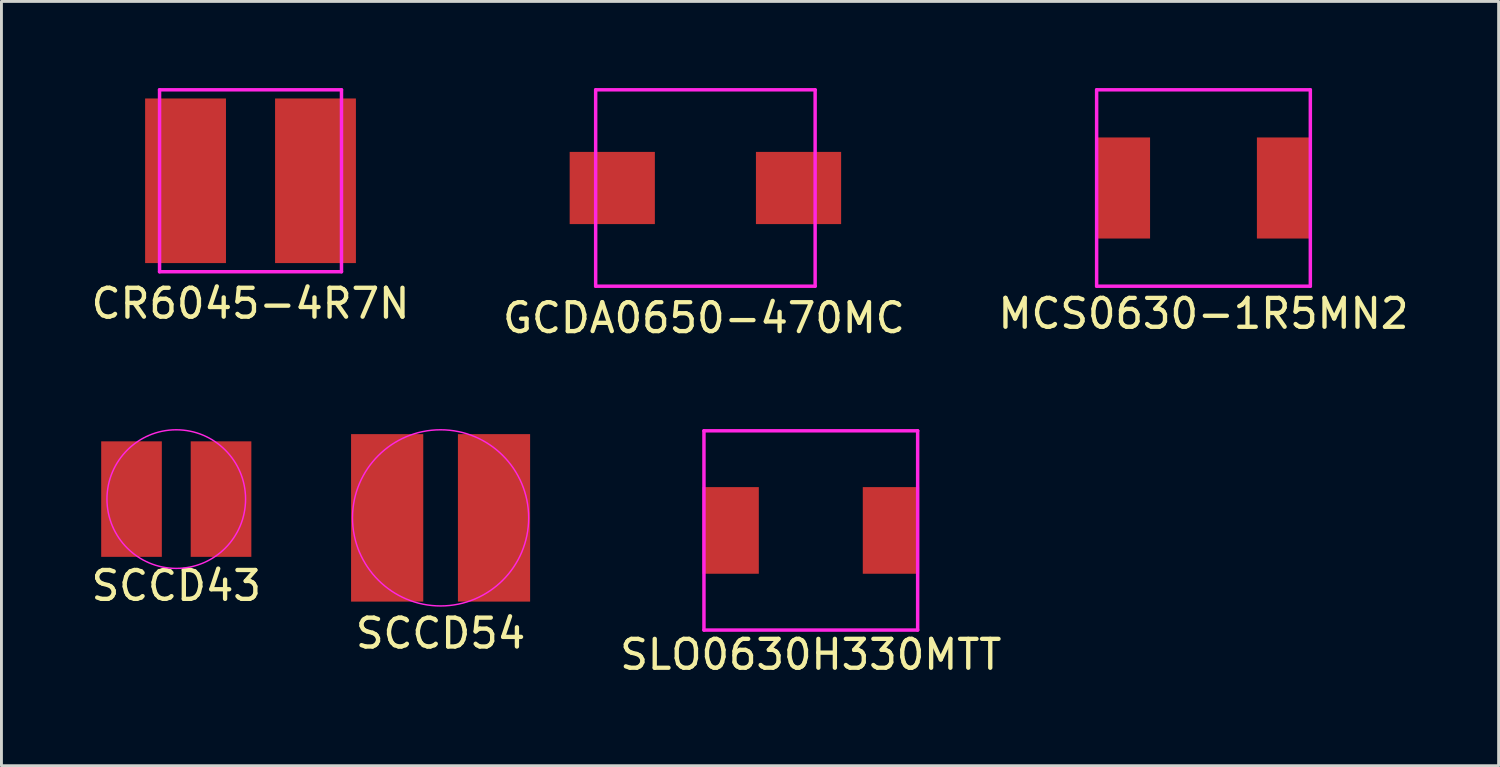
<source format=kicad_pcb>
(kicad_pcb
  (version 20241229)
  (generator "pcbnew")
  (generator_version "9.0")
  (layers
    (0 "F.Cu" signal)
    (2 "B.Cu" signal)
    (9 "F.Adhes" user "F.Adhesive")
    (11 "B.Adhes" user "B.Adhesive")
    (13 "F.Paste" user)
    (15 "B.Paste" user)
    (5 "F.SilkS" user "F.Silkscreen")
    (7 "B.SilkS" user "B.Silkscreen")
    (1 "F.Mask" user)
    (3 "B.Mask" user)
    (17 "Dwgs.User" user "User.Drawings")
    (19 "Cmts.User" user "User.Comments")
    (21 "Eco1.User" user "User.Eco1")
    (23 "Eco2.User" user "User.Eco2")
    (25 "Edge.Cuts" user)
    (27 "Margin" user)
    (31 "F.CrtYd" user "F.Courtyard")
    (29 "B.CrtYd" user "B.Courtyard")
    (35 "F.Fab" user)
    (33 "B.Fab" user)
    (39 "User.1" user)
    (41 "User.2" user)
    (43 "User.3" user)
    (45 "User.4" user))
  (footprint "CR6045-4R7N"
    (layer "F.Cu")
    (at 5.625 3.21)
    (property "Reference" "CR6045-4R7N" (at 0 4.25 0) (layer "F.SilkS") (effects (font (size 1 1) (thickness 0.15))))
    (attr through_hole)
    (fp_line (start -3.15 -3.15) (end -3.15 3.15) (stroke (width 0.12) (type solid)) (layer "F.CrtYd"))
    (fp_line (start -3.15 3.15) (end 3.15 3.15) (stroke (width 0.12) (type solid)) (layer "F.CrtYd"))
    (fp_line (start 3.15 -3.15) (end -3.15 -3.15) (stroke (width 0.12) (type solid)) (layer "F.CrtYd"))
    (fp_line (start 3.15 3.15) (end 3.15 -3.15) (stroke (width 0.12) (type solid)) (layer "F.CrtYd"))
    (pad "1" smd rect (at -2.25 0) (size 2.8 5.7) (layers "F.Cu" "F.Mask" "F.Paste"))
    (pad "2" smd rect (at 2.25 0 180) (size 2.8 5.7) (layers "F.Cu" "F.Mask" "F.Paste")))
  (footprint "MCS0630-1R5MN2"
    (layer "F.Cu")
    (at 38.625 3.46)
    (property "Reference" "MCS0630-1R5MN2" (at 0 4.35 0) (layer "F.SilkS") (effects (font (size 1 1) (thickness 0.15))))
    (attr through_hole)
    (fp_line (start -3.7 -3.4) (end -3.7 3.4) (stroke (width 0.12) (type solid)) (layer "F.CrtYd"))
    (fp_line (start -3.7 3.4) (end 3.7 3.4) (stroke (width 0.12) (type solid)) (layer "F.CrtYd"))
    (fp_line (start 3.7 -3.4) (end -3.7 -3.4) (stroke (width 0.12) (type solid)) (layer "F.CrtYd"))
    (fp_line (start 3.7 3.4) (end 3.7 -3.4) (stroke (width 0.12) (type solid)) (layer "F.CrtYd"))
    (pad "1" smd rect (at -2.775 0) (size 1.85 3.5) (layers "F.Cu" "F.Mask" "F.Paste"))
    (pad "2" smd rect (at 2.775 0 180) (size 1.85 3.5) (layers "F.Cu" "F.Mask" "F.Paste")))
  (footprint "SLO0630H330MTT"
    (layer "F.Cu")
    (at 25.027 15.318)
    (property "Reference" "SLO0630H330MTT" (at 0 4.3 0) (layer "F.SilkS") (effects (font (size 1 1) (thickness 0.15))))
    (attr through_hole)
    (fp_line (start -3.7 -3.45) (end 3.7 -3.45) (stroke (width 0.12) (type solid)) (layer "F.CrtYd"))
    (fp_line (start -3.7 3.45) (end -3.7 -3.45) (stroke (width 0.12) (type solid)) (layer "F.CrtYd"))
    (fp_line (start 3.7 -3.45) (end 3.7 3.45) (stroke (width 0.12) (type solid)) (layer "F.CrtYd"))
    (fp_line (start 3.7 3.45) (end -3.7 3.45) (stroke (width 0.12) (type solid)) (layer "F.CrtYd"))
    (pad "1" smd rect (at -2.775 0 180) (size 1.95 3) (layers "F.Cu" "F.Mask" "F.Paste"))
    (pad "2" smd rect (at 2.775 0) (size 1.95 3) (layers "F.Cu" "F.Mask" "F.Paste")))
  (footprint "SCCD43"
    (layer "F.Cu")
    (at 3.054 14.233)
    (property "Reference" "SCCD43" (at 0 3 0) (layer "F.SilkS") (effects (font (size 1 1) (thickness 0.15))))
    (attr through_hole)
    (fp_circle (center 0 0) (end 2.4 0) (stroke (width 0.05) (type solid)) (fill no) (layer "F.CrtYd"))
    (pad "1" smd rect (at -1.55 0 180) (size 2.1 4) (layers "F.Cu" "F.Mask" "F.Paste"))
    (pad "2" smd rect (at 1.55 0) (size 2.1 4) (layers "F.Cu" "F.Mask" "F.Paste")))
  (footprint "GCDA0650-470MC"
    (layer "F.Cu")
    (at 21.377 3.46)
    (property "Reference" "GCDA0650-470MC" (at -0.05 4.5 0) (layer "F.SilkS") (effects (font (size 1 1) (thickness 0.15))))
    (attr through_hole)
    (fp_line (start -3.8 -3.4) (end -3.8 3.4) (stroke (width 0.12) (type solid)) (layer "F.CrtYd"))
    (fp_line (start -3.8 3.4) (end 3.8 3.4) (stroke (width 0.12) (type solid)) (layer "F.CrtYd"))
    (fp_line (start 3.8 -3.4) (end -3.8 -3.4) (stroke (width 0.12) (type solid)) (layer "F.CrtYd"))
    (fp_line (start 3.8 3.4) (end 3.8 -3.4) (stroke (width 0.12) (type solid)) (layer "F.CrtYd"))
    (pad "1" smd rect (at -3.225 0 180) (size 2.95 2.5) (layers "F.Cu" "F.Mask" "F.Paste"))
    (pad "2" smd rect (at 3.225 0) (size 2.95 2.5) (layers "F.Cu" "F.Mask" "F.Paste")))
  (footprint "SCCD54"
    (layer "F.Cu")
    (at 12.207 14.883)
    (property "Reference" "SCCD54" (at 0 4 0) (layer "F.SilkS") (effects (font (size 1 1) (thickness 0.15))))
    (attr through_hole)
    (fp_circle (center 0 0) (end 3.05 0) (stroke (width 0.05) (type solid)) (fill no) (layer "F.CrtYd"))
    (pad "1" smd rect (at -1.85 0) (size 2.5 5.8) (layers "F.Cu" "F.Mask" "F.Paste"))
    (pad "2" smd rect (at 1.85 0 180) (size 2.5 5.8) (layers "F.Cu" "F.Mask" "F.Paste")))
  (gr_rect
    (start -3 -3)
    (end 48.845 23.466)
    (stroke (width 0.1) (type default))
    (fill no)
    (layer "Edge.Cuts")))
</source>
